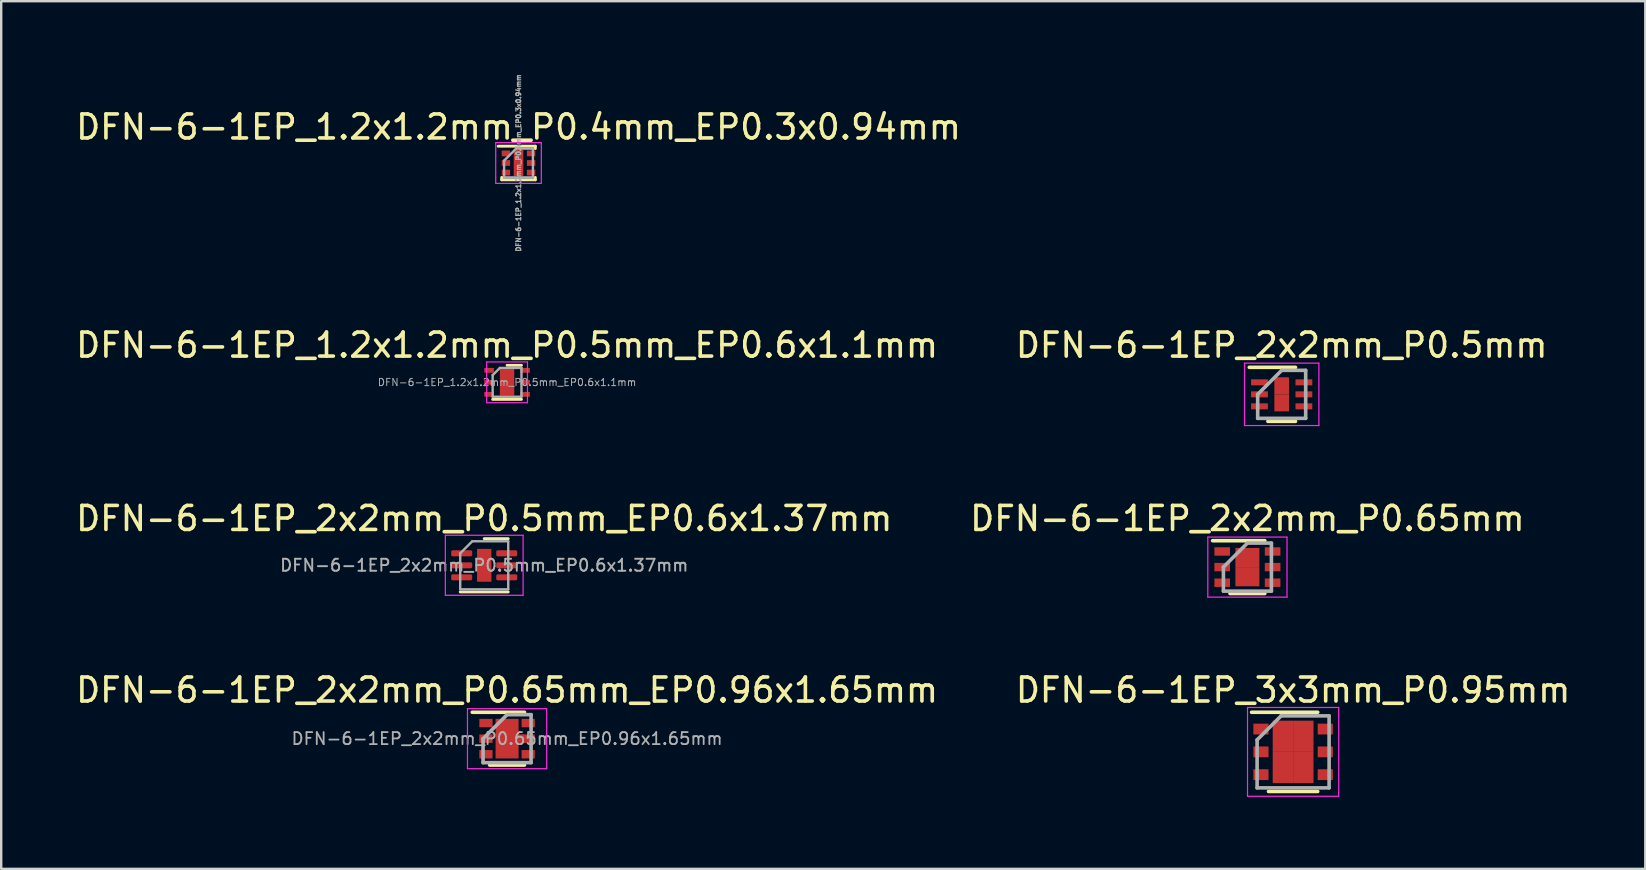
<source format=kicad_pcb>
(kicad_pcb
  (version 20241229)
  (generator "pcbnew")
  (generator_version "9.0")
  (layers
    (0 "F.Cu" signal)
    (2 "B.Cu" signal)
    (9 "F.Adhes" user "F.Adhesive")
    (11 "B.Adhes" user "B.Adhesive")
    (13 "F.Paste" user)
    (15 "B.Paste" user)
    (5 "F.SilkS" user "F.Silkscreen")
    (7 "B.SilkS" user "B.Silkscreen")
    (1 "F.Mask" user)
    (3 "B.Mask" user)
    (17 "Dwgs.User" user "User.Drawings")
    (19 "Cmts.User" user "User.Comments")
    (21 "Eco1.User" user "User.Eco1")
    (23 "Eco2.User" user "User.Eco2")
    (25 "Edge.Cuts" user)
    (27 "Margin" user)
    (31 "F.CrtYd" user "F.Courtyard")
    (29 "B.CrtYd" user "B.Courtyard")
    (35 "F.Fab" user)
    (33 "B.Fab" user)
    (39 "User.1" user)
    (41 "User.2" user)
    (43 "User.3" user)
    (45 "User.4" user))
  (footprint "DFN-6-1EP_1.2x1.2mm_P0.4mm_EP0.3x0.94mm"
    (layer "F.Cu")
    (at 18.554 3.741)
    (property "Reference" "DFN-6-1EP_1.2x1.2mm_P0.4mm_EP0.3x0.94mm" (at 0 -1.5 0) (layer "F.SilkS") (effects (font (size 1 1) (thickness 0.15))))
    (attr smd)
    (fp_line (start -0.85 -0.7) (end 0.7 -0.7) (stroke (width 0.12) (type solid)) (layer "F.SilkS"))
    (fp_line (start -0.7 0.7) (end -0.7 0.6) (stroke (width 0.12) (type solid)) (layer "F.SilkS"))
    (fp_line (start -0.7 0.7) (end 0.7 0.7) (stroke (width 0.12) (type solid)) (layer "F.SilkS"))
    (fp_line (start 0.7 -0.6) (end 0.7 -0.7) (stroke (width 0.12) (type solid)) (layer "F.SilkS"))
    (fp_line (start 0.7 0.7) (end 0.7 0.6) (stroke (width 0.12) (type solid)) (layer "F.SilkS"))
    (fp_line (start -0.95 -0.85) (end -0.95 0.85) (stroke (width 0.05) (type solid)) (layer "F.CrtYd"))
    (fp_line (start -0.95 -0.85) (end 0.95 -0.85) (stroke (width 0.05) (type solid)) (layer "F.CrtYd"))
    (fp_line (start -0.95 0.85) (end 0.95 0.85) (stroke (width 0.05) (type solid)) (layer "F.CrtYd"))
    (fp_line (start 0.95 -0.85) (end 0.95 0.85) (stroke (width 0.05) (type solid)) (layer "F.CrtYd"))
    (fp_line (start -0.6 0.6) (end -0.6 -0.1) (stroke (width 0.1) (type solid)) (layer "F.Fab"))
    (fp_line (start -0.6 0.6) (end 0.6 0.6) (stroke (width 0.1) (type solid)) (layer "F.Fab"))
    (fp_line (start -0.1 -0.6) (end -0.6 -0.1) (stroke (width 0.1) (type solid)) (layer "F.Fab"))
    (fp_line (start -0.1 -0.6) (end 0.6 -0.6) (stroke (width 0.1) (type solid)) (layer "F.Fab"))
    (fp_line (start 0.6 0.6) (end 0.6 -0.6) (stroke (width 0.1) (type solid)) (layer "F.Fab"))
    (fp_text user "${REFERENCE}" (at 0 0 90) (layer "F.Fab") (effects (font (size 0.2 0.2) (thickness 0.05))))
    (pad "1" smd rect (at -0.525 -0.4 90) (size 0.24 0.35) (layers "F.Cu" "F.Mask" "F.Paste"))
    (pad "2" smd rect (at -0.525 0 90) (size 0.24 0.35) (layers "F.Cu" "F.Mask" "F.Paste"))
    (pad "3" smd rect (at -0.525 0.4 90) (size 0.24 0.35) (layers "F.Cu" "F.Mask" "F.Paste"))
    (pad "4" smd rect (at 0.525 0.4 90) (size 0.24 0.35) (layers "F.Cu" "F.Mask" "F.Paste"))
    (pad "5" smd rect (at 0.525 0 90) (size 0.24 0.35) (layers "F.Cu" "F.Mask" "F.Paste"))
    (pad "6" smd rect (at 0.525 -0.4 90) (size 0.24 0.35) (layers "F.Cu" "F.Mask" "F.Paste"))
    (pad "7" smd rect (at 0 0 90) (size 1.08 0.4) (layers "F.Cu" "F.Mask" "F.Paste")))
  (footprint "DFN-6-1EP_1.2x1.2mm_P0.5mm_EP0.6x1.1mm"
    (layer "F.Cu")
    (at 18.077 12.88)
    (property "Reference" "DFN-6-1EP_1.2x1.2mm_P0.5mm_EP0.6x1.1mm" (at 0 -1.55 0) (layer "F.SilkS") (effects (font (size 1 1) (thickness 0.15))))
    (attr smd)
    (fp_line (start -0.6 0.71) (end 0.6 0.71) (stroke (width 0.12) (type solid)) (layer "F.SilkS"))
    (fp_line (start 0 -0.71) (end 0.6 -0.71) (stroke (width 0.12) (type solid)) (layer "F.SilkS"))
    (fp_line (start -0.85 -0.85) (end -0.85 0.85) (stroke (width 0.05) (type solid)) (layer "F.CrtYd"))
    (fp_line (start -0.85 0.85) (end 0.85 0.85) (stroke (width 0.05) (type solid)) (layer "F.CrtYd"))
    (fp_line (start 0.85 -0.85) (end -0.85 -0.85) (stroke (width 0.05) (type solid)) (layer "F.CrtYd"))
    (fp_line (start 0.85 0.85) (end 0.85 -0.85) (stroke (width 0.05) (type solid)) (layer "F.CrtYd"))
    (fp_line (start -0.6 -0.3) (end -0.3 -0.6) (stroke (width 0.1) (type solid)) (layer "F.Fab"))
    (fp_line (start -0.6 0.6) (end -0.6 -0.3) (stroke (width 0.1) (type solid)) (layer "F.Fab"))
    (fp_line (start -0.3 -0.6) (end 0.6 -0.6) (stroke (width 0.1) (type solid)) (layer "F.Fab"))
    (fp_line (start 0.6 -0.6) (end 0.6 0.6) (stroke (width 0.1) (type solid)) (layer "F.Fab"))
    (fp_line (start 0.6 0.6) (end -0.6 0.6) (stroke (width 0.1) (type solid)) (layer "F.Fab"))
    (fp_text user "${REFERENCE}" (at 0 0 0) (layer "F.Fab") (effects (font (size 0.3 0.3) (thickness 0.04))))
    (pad "" smd roundrect (at 0 -0.3) (size 0.4 0.4) (layers "F.Paste") (roundrect_rratio 0.25))
    (pad "" smd roundrect (at 0 0.3) (size 0.4 0.4) (layers "F.Paste") (roundrect_rratio 0.25))
    (pad "1" smd rect (at -0.75 -0.5) (size 0.4 0.2) (layers "F.Cu" "F.Mask" "F.Paste"))
    (pad "2" smd rect (at -0.75 0) (size 0.4 0.2) (layers "F.Cu" "F.Mask" "F.Paste"))
    (pad "3" smd rect (at -0.75 0.5) (size 0.4 0.2) (layers "F.Cu" "F.Mask" "F.Paste"))
    (pad "4" smd rect (at 0.75 0.5) (size 0.4 0.2) (layers "F.Cu" "F.Mask" "F.Paste"))
    (pad "5" smd rect (at 0.75 0) (size 0.4 0.2) (layers "F.Cu" "F.Mask" "F.Paste"))
    (pad "6" smd rect (at 0.75 -0.5) (size 0.4 0.2) (layers "F.Cu" "F.Mask" "F.Paste"))
    (pad "7" smd rect (at 0 0) (size 0.6 1.1) (layers "F.Cu" "F.Mask")))
  (footprint "DFN-6-1EP_2x2mm_P0.65mm"
    (layer "F.Cu")
    (at 48.923 20.578)
    (property "Reference" "DFN-6-1EP_2x2mm_P0.65mm" (at 0 -2.025 0) (layer "F.SilkS") (effects (font (size 1 1) (thickness 0.15))))
    (attr smd)
    (fp_line (start -1.45 -1.1) (end 0.725 -1.1) (stroke (width 0.15) (type solid)) (layer "F.SilkS"))
    (fp_line (start -0.725 1.1) (end 0.725 1.1) (stroke (width 0.15) (type solid)) (layer "F.SilkS"))
    (fp_line (start -1.65 -1.25) (end -1.65 1.25) (stroke (width 0.05) (type solid)) (layer "F.CrtYd"))
    (fp_line (start -1.65 -1.25) (end 1.65 -1.25) (stroke (width 0.05) (type solid)) (layer "F.CrtYd"))
    (fp_line (start -1.65 1.25) (end 1.65 1.25) (stroke (width 0.05) (type solid)) (layer "F.CrtYd"))
    (fp_line (start 1.65 -1.25) (end 1.65 1.25) (stroke (width 0.05) (type solid)) (layer "F.CrtYd"))
    (fp_line (start -1 0) (end 0 -1) (stroke (width 0.15) (type solid)) (layer "F.Fab"))
    (fp_line (start -1 1) (end -1 0) (stroke (width 0.15) (type solid)) (layer "F.Fab"))
    (fp_line (start 0 -1) (end 1 -1) (stroke (width 0.15) (type solid)) (layer "F.Fab"))
    (fp_line (start 1 -1) (end 1 1) (stroke (width 0.15) (type solid)) (layer "F.Fab"))
    (fp_line (start 1 1) (end -1 1) (stroke (width 0.15) (type solid)) (layer "F.Fab"))
    (pad "1" smd rect (at -1.05 -0.65) (size 0.65 0.35) (layers "F.Cu" "F.Mask" "F.Paste"))
    (pad "2" smd rect (at -1.05 0) (size 0.65 0.35) (layers "F.Cu" "F.Mask" "F.Paste"))
    (pad "3" smd rect (at -1.05 0.65) (size 0.65 0.35) (layers "F.Cu" "F.Mask" "F.Paste"))
    (pad "4" smd rect (at 1.05 0.65) (size 0.65 0.35) (layers "F.Cu" "F.Mask" "F.Paste"))
    (pad "5" smd rect (at 1.05 0) (size 0.65 0.35) (layers "F.Cu" "F.Mask" "F.Paste"))
    (pad "6" smd rect (at 1.05 -0.65) (size 0.65 0.35) (layers "F.Cu" "F.Mask" "F.Paste"))
    (pad "7" smd rect (at 0 -0.4) (size 1 0.8) (layers "F.Cu" "F.Mask" "F.Paste"))
    (pad "7" smd rect (at 0 0.4) (size 1 0.8) (layers "F.Cu" "F.Mask" "F.Paste")))
  (footprint "DFN-6-1EP_2x2mm_P0.5mm_EP0.6x1.37mm"
    (layer "F.Cu")
    (at 17.125 20.503)
    (property "Reference" "DFN-6-1EP_2x2mm_P0.5mm_EP0.6x1.37mm" (at 0 -1.95 0) (layer "F.SilkS") (effects (font (size 1 1) (thickness 0.15))))
    (attr smd)
    (fp_line (start -1 1.11) (end 1 1.11) (stroke (width 0.12) (type solid)) (layer "F.SilkS"))
    (fp_line (start 0 -1.11) (end 1 -1.11) (stroke (width 0.12) (type solid)) (layer "F.SilkS"))
    (fp_line (start -1.62 -1.25) (end -1.62 1.25) (stroke (width 0.05) (type solid)) (layer "F.CrtYd"))
    (fp_line (start -1.62 1.25) (end 1.62 1.25) (stroke (width 0.05) (type solid)) (layer "F.CrtYd"))
    (fp_line (start 1.62 -1.25) (end -1.62 -1.25) (stroke (width 0.05) (type solid)) (layer "F.CrtYd"))
    (fp_line (start 1.62 1.25) (end 1.62 -1.25) (stroke (width 0.05) (type solid)) (layer "F.CrtYd"))
    (fp_line (start -1 -0.5) (end -0.5 -1) (stroke (width 0.1) (type solid)) (layer "F.Fab"))
    (fp_line (start -1 1) (end -1 -0.5) (stroke (width 0.1) (type solid)) (layer "F.Fab"))
    (fp_line (start -0.5 -1) (end 1 -1) (stroke (width 0.1) (type solid)) (layer "F.Fab"))
    (fp_line (start 1 -1) (end 1 1) (stroke (width 0.1) (type solid)) (layer "F.Fab"))
    (fp_line (start 1 1) (end -1 1) (stroke (width 0.1) (type solid)) (layer "F.Fab"))
    (fp_text user "${REFERENCE}" (at 0 0 0) (layer "F.Fab") (effects (font (size 0.5 0.5) (thickness 0.08))))
    (pad "" smd roundrect (at -0.15 -0.34) (size 0.24 0.55) (layers "F.Paste") (roundrect_rratio 0.25))
    (pad "" smd roundrect (at -0.15 0.34) (size 0.24 0.55) (layers "F.Paste") (roundrect_rratio 0.25))
    (pad "" smd roundrect (at 0.15 -0.34) (size 0.24 0.55) (layers "F.Paste") (roundrect_rratio 0.25))
    (pad "" smd roundrect (at 0.15 0.34) (size 0.24 0.55) (layers "F.Paste") (roundrect_rratio 0.25))
    (pad "1" smd roundrect (at -0.938 -0.5) (size 0.875 0.25) (layers "F.Cu" "F.Mask" "F.Paste") (roundrect_rratio 0.25))
    (pad "2" smd roundrect (at -0.938 0) (size 0.875 0.25) (layers "F.Cu" "F.Mask" "F.Paste") (roundrect_rratio 0.25))
    (pad "3" smd roundrect (at -0.938 0.5) (size 0.875 0.25) (layers "F.Cu" "F.Mask" "F.Paste") (roundrect_rratio 0.25))
    (pad "4" smd roundrect (at 0.938 0.5) (size 0.875 0.25) (layers "F.Cu" "F.Mask" "F.Paste") (roundrect_rratio 0.25))
    (pad "5" smd roundrect (at 0.938 0) (size 0.875 0.25) (layers "F.Cu" "F.Mask" "F.Paste") (roundrect_rratio 0.25))
    (pad "6" smd roundrect (at 0.938 -0.5) (size 0.875 0.25) (layers "F.Cu" "F.Mask" "F.Paste") (roundrect_rratio 0.25))
    (pad "7" smd rect (at 0 0) (size 0.6 1.37) (layers "F.Cu" "F.Mask")))
  (footprint "DFN-6-1EP_2x2mm_P0.65mm_EP0.96x1.65mm"
    (layer "F.Cu")
    (at 18.077 27.726)
    (property "Reference" "DFN-6-1EP_2x2mm_P0.65mm_EP0.96x1.65mm" (at 0 -2.025 0) (layer "F.SilkS") (effects (font (size 1 1) (thickness 0.15))))
    (attr smd)
    (fp_line (start -1.45 -1.1) (end 0.725 -1.1) (stroke (width 0.15) (type solid)) (layer "F.SilkS"))
    (fp_line (start -0.725 1.1) (end 0.725 1.1) (stroke (width 0.15) (type solid)) (layer "F.SilkS"))
    (fp_line (start -1.65 -1.25) (end -1.65 1.25) (stroke (width 0.05) (type solid)) (layer "F.CrtYd"))
    (fp_line (start -1.65 -1.25) (end 1.65 -1.25) (stroke (width 0.05) (type solid)) (layer "F.CrtYd"))
    (fp_line (start -1.65 1.25) (end 1.65 1.25) (stroke (width 0.05) (type solid)) (layer "F.CrtYd"))
    (fp_line (start 1.65 -1.25) (end 1.65 1.25) (stroke (width 0.05) (type solid)) (layer "F.CrtYd"))
    (fp_line (start -1 0) (end 0 -1) (stroke (width 0.15) (type solid)) (layer "F.Fab"))
    (fp_line (start -1 1) (end -1 0) (stroke (width 0.15) (type solid)) (layer "F.Fab"))
    (fp_line (start 0 -1) (end 1 -1) (stroke (width 0.15) (type solid)) (layer "F.Fab"))
    (fp_line (start 1 -1) (end 1 1) (stroke (width 0.15) (type solid)) (layer "F.Fab"))
    (fp_line (start 1 1) (end -1 1) (stroke (width 0.15) (type solid)) (layer "F.Fab"))
    (fp_text user "${REFERENCE}" (at 0 0 0) (layer "F.Fab") (effects (font (size 0.5 0.5) (thickness 0.075))))
    (pad "" smd rect (at 0 -0.4) (size 0.82 0.63) (layers "F.Paste"))
    (pad "" smd rect (at 0 0) (size 0.96 1.65) (layers "F.Cu" "F.Mask"))
    (pad "" smd rect (at 0 0.4) (size 0.82 0.63) (layers "F.Paste"))
    (pad "" smd rect (at 0.44 0) (size 0.55 0.35) (layers "F.Cu" "F.Mask" "F.Paste"))
    (pad "1" smd rect (at -0.88 -0.65) (size 0.55 0.35) (layers "F.Cu" "F.Mask" "F.Paste"))
    (pad "2" smd rect (at -0.88 0) (size 0.55 0.35) (layers "F.Cu" "F.Mask" "F.Paste"))
    (pad "3" smd rect (at -0.88 0.65) (size 0.55 0.35) (layers "F.Cu" "F.Mask" "F.Paste"))
    (pad "4" smd rect (at 0.88 0.65) (size 0.55 0.35) (layers "F.Cu" "F.Mask" "F.Paste"))
    (pad "5" smd rect (at 0.88 0) (size 0.55 0.35) (layers "F.Cu" "F.Mask" "F.Paste"))
    (pad "6" smd rect (at 0.88 -0.65) (size 0.55 0.35) (layers "F.Cu" "F.Mask" "F.Paste")))
  (footprint "DFN-6-1EP_3x3mm_P0.95mm"
    (layer "F.Cu")
    (at 50.827 28.276)
    (property "Reference" "DFN-6-1EP_3x3mm_P0.95mm" (at 0 -2.575 0) (layer "F.SilkS") (effects (font (size 1 1) (thickness 0.15))))
    (attr smd)
    (fp_line (start -1.73 -1.65) (end 1.025 -1.65) (stroke (width 0.15) (type solid)) (layer "F.SilkS"))
    (fp_line (start -1.025 1.65) (end 1.025 1.65) (stroke (width 0.15) (type solid)) (layer "F.SilkS"))
    (fp_line (start -1.9 -1.85) (end -1.9 1.85) (stroke (width 0.05) (type solid)) (layer "F.CrtYd"))
    (fp_line (start -1.9 -1.85) (end 1.9 -1.85) (stroke (width 0.05) (type solid)) (layer "F.CrtYd"))
    (fp_line (start -1.9 1.85) (end 1.9 1.85) (stroke (width 0.05) (type solid)) (layer "F.CrtYd"))
    (fp_line (start 1.9 -1.85) (end 1.9 1.85) (stroke (width 0.05) (type solid)) (layer "F.CrtYd"))
    (fp_line (start -1.5 -0.5) (end -0.5 -1.5) (stroke (width 0.15) (type solid)) (layer "F.Fab"))
    (fp_line (start -1.5 1.5) (end -1.5 -0.5) (stroke (width 0.15) (type solid)) (layer "F.Fab"))
    (fp_line (start -0.5 -1.5) (end 1.5 -1.5) (stroke (width 0.15) (type solid)) (layer "F.Fab"))
    (fp_line (start 1.5 -1.5) (end 1.5 1.5) (stroke (width 0.15) (type solid)) (layer "F.Fab"))
    (fp_line (start 1.5 1.5) (end -1.5 1.5) (stroke (width 0.15) (type solid)) (layer "F.Fab"))
    (pad "1" smd rect (at -1.34 -0.95) (size 0.63 0.45) (layers "F.Cu" "F.Mask" "F.Paste"))
    (pad "2" smd rect (at -1.34 0) (size 0.63 0.45) (layers "F.Cu" "F.Mask" "F.Paste"))
    (pad "3" smd rect (at -1.34 0.95) (size 0.63 0.45) (layers "F.Cu" "F.Mask" "F.Paste"))
    (pad "4" smd rect (at 1.34 0.95) (size 0.63 0.45) (layers "F.Cu" "F.Mask" "F.Paste"))
    (pad "5" smd rect (at 1.34 0) (size 0.63 0.45) (layers "F.Cu" "F.Mask" "F.Paste"))
    (pad "6" smd rect (at 1.34 -0.95) (size 0.63 0.45) (layers "F.Cu" "F.Mask" "F.Paste"))
    (pad "7" smd rect (at -0.425 -0.65) (size 0.85 1.3) (layers "F.Cu" "F.Mask" "F.Paste"))
    (pad "7" smd rect (at -0.425 0.65) (size 0.85 1.3) (layers "F.Cu" "F.Mask" "F.Paste"))
    (pad "7" smd rect (at 0.425 -0.65) (size 0.85 1.3) (layers "F.Cu" "F.Mask" "F.Paste"))
    (pad "7" smd rect (at 0.425 0.65) (size 0.85 1.3) (layers "F.Cu" "F.Mask" "F.Paste")))
  (footprint "DFN-6-1EP_2x2mm_P0.5mm"
    (layer "F.Cu")
    (at 50.351 13.38)
    (property "Reference" "DFN-6-1EP_2x2mm_P0.5mm" (at 0 -2.05 0) (layer "F.SilkS") (effects (font (size 1 1) (thickness 0.15))))
    (attr smd)
    (fp_line (start -1.35 -1.125) (end 0.575 -1.125) (stroke (width 0.15) (type solid)) (layer "F.SilkS"))
    (fp_line (start -0.575 1.125) (end 0.575 1.125) (stroke (width 0.15) (type solid)) (layer "F.SilkS"))
    (fp_line (start -1.55 -1.3) (end -1.55 1.3) (stroke (width 0.05) (type solid)) (layer "F.CrtYd"))
    (fp_line (start -1.55 -1.3) (end 1.55 -1.3) (stroke (width 0.05) (type solid)) (layer "F.CrtYd"))
    (fp_line (start -1.55 1.3) (end 1.55 1.3) (stroke (width 0.05) (type solid)) (layer "F.CrtYd"))
    (fp_line (start 1.55 -1.3) (end 1.55 1.3) (stroke (width 0.05) (type solid)) (layer "F.CrtYd"))
    (fp_line (start -1 0) (end 0 -1) (stroke (width 0.15) (type solid)) (layer "F.Fab"))
    (fp_line (start -1 1) (end -1 0) (stroke (width 0.15) (type solid)) (layer "F.Fab"))
    (fp_line (start 0 -1) (end 1 -1) (stroke (width 0.15) (type solid)) (layer "F.Fab"))
    (fp_line (start 1 -1) (end 1 1) (stroke (width 0.15) (type solid)) (layer "F.Fab"))
    (fp_line (start 1 1) (end -1 1) (stroke (width 0.15) (type solid)) (layer "F.Fab"))
    (pad "1" smd rect (at -0.925 -0.5) (size 0.7 0.25) (layers "F.Cu" "F.Mask" "F.Paste"))
    (pad "2" smd rect (at -0.925 0) (size 0.7 0.25) (layers "F.Cu" "F.Mask" "F.Paste"))
    (pad "3" smd rect (at -0.925 0.5) (size 0.7 0.25) (layers "F.Cu" "F.Mask" "F.Paste"))
    (pad "4" smd rect (at 0.925 0.5) (size 0.7 0.25) (layers "F.Cu" "F.Mask" "F.Paste"))
    (pad "5" smd rect (at 0.925 0) (size 0.7 0.25) (layers "F.Cu" "F.Mask" "F.Paste"))
    (pad "6" smd rect (at 0.925 -0.5) (size 0.7 0.25) (layers "F.Cu" "F.Mask" "F.Paste"))
    (pad "7" smd rect (at 0 -0.355) (size 0.61 0.71) (layers "F.Cu" "F.Mask" "F.Paste"))
    (pad "7" smd rect (at 0 0.355) (size 0.61 0.71) (layers "F.Cu" "F.Mask" "F.Paste")))
  (gr_rect
    (start -3 -3)
    (end 65.5 33.151)
    (stroke (width 0.1) (type default))
    (fill no)
    (layer "Edge.Cuts")))
</source>
